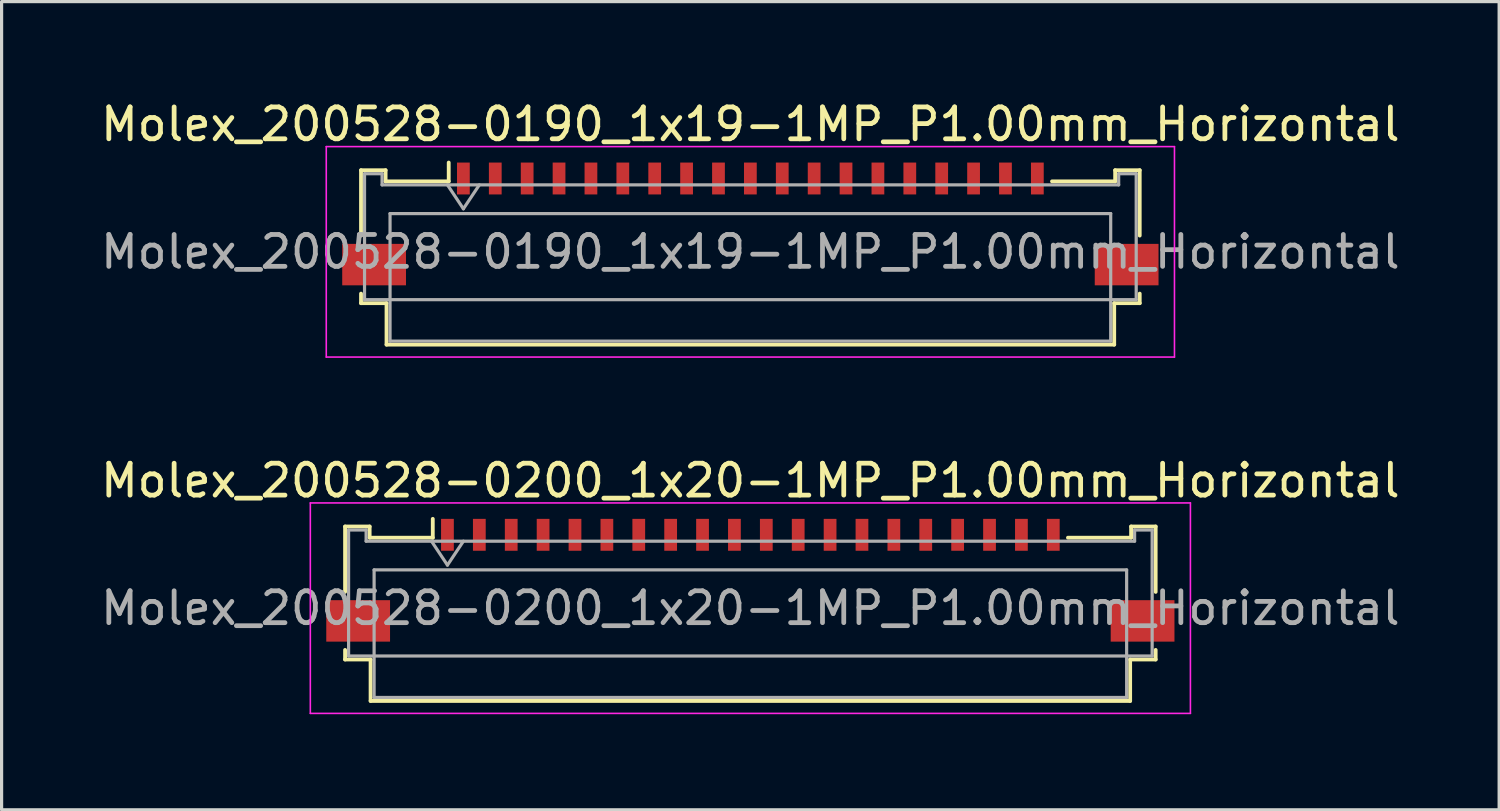
<source format=kicad_pcb>
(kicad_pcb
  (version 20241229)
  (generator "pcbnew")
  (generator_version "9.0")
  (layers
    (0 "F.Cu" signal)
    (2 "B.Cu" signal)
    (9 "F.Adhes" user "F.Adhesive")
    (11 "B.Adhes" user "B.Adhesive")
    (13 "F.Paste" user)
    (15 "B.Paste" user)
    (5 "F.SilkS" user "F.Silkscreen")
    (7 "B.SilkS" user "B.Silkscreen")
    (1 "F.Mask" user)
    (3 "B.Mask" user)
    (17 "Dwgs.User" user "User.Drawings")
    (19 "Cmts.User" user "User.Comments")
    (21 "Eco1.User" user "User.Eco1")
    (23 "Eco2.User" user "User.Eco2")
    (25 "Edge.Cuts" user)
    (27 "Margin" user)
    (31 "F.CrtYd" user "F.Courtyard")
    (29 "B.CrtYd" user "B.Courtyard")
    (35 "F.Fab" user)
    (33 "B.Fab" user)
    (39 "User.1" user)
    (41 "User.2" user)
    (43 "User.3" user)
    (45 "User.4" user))
  (footprint "Molex_200528-0200_1x20-1MP_P1.00mm_Horizontal"
    (layer "F.Cu")
    (at 20.482 14.632)
    (property "Reference" "Molex_200528-0200_1x20-1MP_P1.00mm_Horizontal" (at 0 -2.61 0) (layer "F.SilkS") (effects (font (size 1 1) (thickness 0.15))))
    (attr smd)
    (fp_line (start -12.71 -1.17) (end -12.71 0.88) (stroke (width 0.12) (type solid)) (layer "F.SilkS"))
    (fp_line (start -12.71 2.7) (end -12.71 3) (stroke (width 0.12) (type solid)) (layer "F.SilkS"))
    (fp_line (start -12.71 3) (end -11.91 3) (stroke (width 0.12) (type solid)) (layer "F.SilkS"))
    (fp_line (start -11.94 -1.17) (end -12.71 -1.17) (stroke (width 0.12) (type solid)) (layer "F.SilkS"))
    (fp_line (start -11.94 -0.82) (end -11.94 -1.17) (stroke (width 0.12) (type solid)) (layer "F.SilkS"))
    (fp_line (start -11.91 3) (end -11.91 4.3) (stroke (width 0.12) (type solid)) (layer "F.SilkS"))
    (fp_line (start -11.91 4.3) (end 11.91 4.3) (stroke (width 0.12) (type solid)) (layer "F.SilkS"))
    (fp_line (start -9.96 -1.41) (end -9.96 -0.82) (stroke (width 0.12) (type solid)) (layer "F.SilkS"))
    (fp_line (start -9.96 -0.82) (end -11.94 -0.82) (stroke (width 0.12) (type solid)) (layer "F.SilkS"))
    (fp_line (start 11.91 3) (end 12.71 3) (stroke (width 0.12) (type solid)) (layer "F.SilkS"))
    (fp_line (start 11.91 4.3) (end 11.91 3) (stroke (width 0.12) (type solid)) (layer "F.SilkS"))
    (fp_line (start 11.94 -1.17) (end 11.94 -0.82) (stroke (width 0.12) (type solid)) (layer "F.SilkS"))
    (fp_line (start 11.94 -0.82) (end 9.96 -0.82) (stroke (width 0.12) (type solid)) (layer "F.SilkS"))
    (fp_line (start 12.71 -1.17) (end 11.94 -1.17) (stroke (width 0.12) (type solid)) (layer "F.SilkS"))
    (fp_line (start 12.71 0.88) (end 12.71 -1.17) (stroke (width 0.12) (type solid)) (layer "F.SilkS"))
    (fp_line (start 12.71 3) (end 12.71 2.7) (stroke (width 0.12) (type solid)) (layer "F.SilkS"))
    (fp_line (start -13.8 -1.91) (end -13.8 4.69) (stroke (width 0.05) (type solid)) (layer "F.CrtYd"))
    (fp_line (start -13.8 4.69) (end 13.8 4.69) (stroke (width 0.05) (type solid)) (layer "F.CrtYd"))
    (fp_line (start 13.8 -1.91) (end -13.8 -1.91) (stroke (width 0.05) (type solid)) (layer "F.CrtYd"))
    (fp_line (start 13.8 4.69) (end 13.8 -1.91) (stroke (width 0.05) (type solid)) (layer "F.CrtYd"))
    (fp_line (start -12.6 -1.06) (end -12.6 2.89) (stroke (width 0.1) (type solid)) (layer "F.Fab"))
    (fp_line (start -12.6 2.89) (end 12.6 2.89) (stroke (width 0.1) (type solid)) (layer "F.Fab"))
    (fp_line (start -12.05 -1.06) (end -12.6 -1.06) (stroke (width 0.1) (type solid)) (layer "F.Fab"))
    (fp_line (start -12.05 -0.71) (end -12.05 -1.06) (stroke (width 0.1) (type solid)) (layer "F.Fab"))
    (fp_line (start -11.8 0.19) (end -11.8 4.19) (stroke (width 0.1) (type solid)) (layer "F.Fab"))
    (fp_line (start -11.8 4.19) (end 11.8 4.19) (stroke (width 0.1) (type solid)) (layer "F.Fab"))
    (fp_line (start -10 -0.71) (end -9.5 0.04) (stroke (width 0.1) (type solid)) (layer "F.Fab"))
    (fp_line (start -9.5 0.04) (end -9 -0.71) (stroke (width 0.1) (type solid)) (layer "F.Fab"))
    (fp_line (start 11.8 0.19) (end -11.8 0.19) (stroke (width 0.1) (type solid)) (layer "F.Fab"))
    (fp_line (start 11.8 4.19) (end 11.8 0.19) (stroke (width 0.1) (type solid)) (layer "F.Fab"))
    (fp_line (start 12.05 -1.06) (end 12.05 -0.71) (stroke (width 0.1) (type solid)) (layer "F.Fab"))
    (fp_line (start 12.05 -0.71) (end -12.05 -0.71) (stroke (width 0.1) (type solid)) (layer "F.Fab"))
    (fp_line (start 12.6 -1.06) (end 12.05 -1.06) (stroke (width 0.1) (type solid)) (layer "F.Fab"))
    (fp_line (start 12.6 2.89) (end 12.6 -1.06) (stroke (width 0.1) (type solid)) (layer "F.Fab"))
    (fp_text user "${REFERENCE}" (at 0 1.39 0) (layer "F.Fab") (effects (font (size 1 1) (thickness 0.15))))
    (pad "1" smd rect (at -9.5 -0.91) (size 0.4 1) (layers "F.Cu" "F.Mask" "F.Paste"))
    (pad "2" smd rect (at -8.5 -0.91) (size 0.4 1) (layers "F.Cu" "F.Mask" "F.Paste"))
    (pad "3" smd rect (at -7.5 -0.91) (size 0.4 1) (layers "F.Cu" "F.Mask" "F.Paste"))
    (pad "4" smd rect (at -6.5 -0.91) (size 0.4 1) (layers "F.Cu" "F.Mask" "F.Paste"))
    (pad "5" smd rect (at -5.5 -0.91) (size 0.4 1) (layers "F.Cu" "F.Mask" "F.Paste"))
    (pad "6" smd rect (at -4.5 -0.91) (size 0.4 1) (layers "F.Cu" "F.Mask" "F.Paste"))
    (pad "7" smd rect (at -3.5 -0.91) (size 0.4 1) (layers "F.Cu" "F.Mask" "F.Paste"))
    (pad "8" smd rect (at -2.5 -0.91) (size 0.4 1) (layers "F.Cu" "F.Mask" "F.Paste"))
    (pad "9" smd rect (at -1.5 -0.91) (size 0.4 1) (layers "F.Cu" "F.Mask" "F.Paste"))
    (pad "10" smd rect (at -0.5 -0.91) (size 0.4 1) (layers "F.Cu" "F.Mask" "F.Paste"))
    (pad "11" smd rect (at 0.5 -0.91) (size 0.4 1) (layers "F.Cu" "F.Mask" "F.Paste"))
    (pad "12" smd rect (at 1.5 -0.91) (size 0.4 1) (layers "F.Cu" "F.Mask" "F.Paste"))
    (pad "13" smd rect (at 2.5 -0.91) (size 0.4 1) (layers "F.Cu" "F.Mask" "F.Paste"))
    (pad "14" smd rect (at 3.5 -0.91) (size 0.4 1) (layers "F.Cu" "F.Mask" "F.Paste"))
    (pad "15" smd rect (at 4.5 -0.91) (size 0.4 1) (layers "F.Cu" "F.Mask" "F.Paste"))
    (pad "16" smd rect (at 5.5 -0.91) (size 0.4 1) (layers "F.Cu" "F.Mask" "F.Paste"))
    (pad "17" smd rect (at 6.5 -0.91) (size 0.4 1) (layers "F.Cu" "F.Mask" "F.Paste"))
    (pad "18" smd rect (at 7.5 -0.91) (size 0.4 1) (layers "F.Cu" "F.Mask" "F.Paste"))
    (pad "19" smd rect (at 8.5 -0.91) (size 0.4 1) (layers "F.Cu" "F.Mask" "F.Paste"))
    (pad "20" smd rect (at 9.5 -0.91) (size 0.4 1) (layers "F.Cu" "F.Mask" "F.Paste"))
    (pad "MP" smd rect (at -12.3 1.79) (size 2 1.3) (layers "F.Cu" "F.Mask" "F.Paste"))
    (pad "MP" smd rect (at 12.3 1.79) (size 2 1.3) (layers "F.Cu" "F.Mask" "F.Paste")))
  (footprint "Molex_200528-0190_1x19-1MP_P1.00mm_Horizontal"
    (layer "F.Cu")
    (at 20.482 3.458)
    (property "Reference" "Molex_200528-0190_1x19-1MP_P1.00mm_Horizontal" (at 0 -2.61 0) (layer "F.SilkS") (effects (font (size 1 1) (thickness 0.15))))
    (attr smd)
    (fp_line (start -12.21 -1.17) (end -12.21 0.88) (stroke (width 0.12) (type solid)) (layer "F.SilkS"))
    (fp_line (start -12.21 2.7) (end -12.21 3) (stroke (width 0.12) (type solid)) (layer "F.SilkS"))
    (fp_line (start -12.21 3) (end -11.41 3) (stroke (width 0.12) (type solid)) (layer "F.SilkS"))
    (fp_line (start -11.44 -1.17) (end -12.21 -1.17) (stroke (width 0.12) (type solid)) (layer "F.SilkS"))
    (fp_line (start -11.44 -0.82) (end -11.44 -1.17) (stroke (width 0.12) (type solid)) (layer "F.SilkS"))
    (fp_line (start -11.41 3) (end -11.41 4.3) (stroke (width 0.12) (type solid)) (layer "F.SilkS"))
    (fp_line (start -11.41 4.3) (end 11.41 4.3) (stroke (width 0.12) (type solid)) (layer "F.SilkS"))
    (fp_line (start -9.46 -1.41) (end -9.46 -0.82) (stroke (width 0.12) (type solid)) (layer "F.SilkS"))
    (fp_line (start -9.46 -0.82) (end -11.44 -0.82) (stroke (width 0.12) (type solid)) (layer "F.SilkS"))
    (fp_line (start 11.41 3) (end 12.21 3) (stroke (width 0.12) (type solid)) (layer "F.SilkS"))
    (fp_line (start 11.41 4.3) (end 11.41 3) (stroke (width 0.12) (type solid)) (layer "F.SilkS"))
    (fp_line (start 11.44 -1.17) (end 11.44 -0.82) (stroke (width 0.12) (type solid)) (layer "F.SilkS"))
    (fp_line (start 11.44 -0.82) (end 9.46 -0.82) (stroke (width 0.12) (type solid)) (layer "F.SilkS"))
    (fp_line (start 12.21 -1.17) (end 11.44 -1.17) (stroke (width 0.12) (type solid)) (layer "F.SilkS"))
    (fp_line (start 12.21 0.88) (end 12.21 -1.17) (stroke (width 0.12) (type solid)) (layer "F.SilkS"))
    (fp_line (start 12.21 3) (end 12.21 2.7) (stroke (width 0.12) (type solid)) (layer "F.SilkS"))
    (fp_line (start -13.3 -1.91) (end -13.3 4.69) (stroke (width 0.05) (type solid)) (layer "F.CrtYd"))
    (fp_line (start -13.3 4.69) (end 13.3 4.69) (stroke (width 0.05) (type solid)) (layer "F.CrtYd"))
    (fp_line (start 13.3 -1.91) (end -13.3 -1.91) (stroke (width 0.05) (type solid)) (layer "F.CrtYd"))
    (fp_line (start 13.3 4.69) (end 13.3 -1.91) (stroke (width 0.05) (type solid)) (layer "F.CrtYd"))
    (fp_line (start -12.1 -1.06) (end -12.1 2.89) (stroke (width 0.1) (type solid)) (layer "F.Fab"))
    (fp_line (start -12.1 2.89) (end 12.1 2.89) (stroke (width 0.1) (type solid)) (layer "F.Fab"))
    (fp_line (start -11.55 -1.06) (end -12.1 -1.06) (stroke (width 0.1) (type solid)) (layer "F.Fab"))
    (fp_line (start -11.55 -0.71) (end -11.55 -1.06) (stroke (width 0.1) (type solid)) (layer "F.Fab"))
    (fp_line (start -11.3 0.19) (end -11.3 4.19) (stroke (width 0.1) (type solid)) (layer "F.Fab"))
    (fp_line (start -11.3 4.19) (end 11.3 4.19) (stroke (width 0.1) (type solid)) (layer "F.Fab"))
    (fp_line (start -9.5 -0.71) (end -9 0.04) (stroke (width 0.1) (type solid)) (layer "F.Fab"))
    (fp_line (start -9 0.04) (end -8.5 -0.71) (stroke (width 0.1) (type solid)) (layer "F.Fab"))
    (fp_line (start 11.3 0.19) (end -11.3 0.19) (stroke (width 0.1) (type solid)) (layer "F.Fab"))
    (fp_line (start 11.3 4.19) (end 11.3 0.19) (stroke (width 0.1) (type solid)) (layer "F.Fab"))
    (fp_line (start 11.55 -1.06) (end 11.55 -0.71) (stroke (width 0.1) (type solid)) (layer "F.Fab"))
    (fp_line (start 11.55 -0.71) (end -11.55 -0.71) (stroke (width 0.1) (type solid)) (layer "F.Fab"))
    (fp_line (start 12.1 -1.06) (end 11.55 -1.06) (stroke (width 0.1) (type solid)) (layer "F.Fab"))
    (fp_line (start 12.1 2.89) (end 12.1 -1.06) (stroke (width 0.1) (type solid)) (layer "F.Fab"))
    (fp_text user "${REFERENCE}" (at 0 1.39 0) (layer "F.Fab") (effects (font (size 1 1) (thickness 0.15))))
    (pad "1" smd rect (at -9 -0.91) (size 0.4 1) (layers "F.Cu" "F.Mask" "F.Paste"))
    (pad "2" smd rect (at -8 -0.91) (size 0.4 1) (layers "F.Cu" "F.Mask" "F.Paste"))
    (pad "3" smd rect (at -7 -0.91) (size 0.4 1) (layers "F.Cu" "F.Mask" "F.Paste"))
    (pad "4" smd rect (at -6 -0.91) (size 0.4 1) (layers "F.Cu" "F.Mask" "F.Paste"))
    (pad "5" smd rect (at -5 -0.91) (size 0.4 1) (layers "F.Cu" "F.Mask" "F.Paste"))
    (pad "6" smd rect (at -4 -0.91) (size 0.4 1) (layers "F.Cu" "F.Mask" "F.Paste"))
    (pad "7" smd rect (at -3 -0.91) (size 0.4 1) (layers "F.Cu" "F.Mask" "F.Paste"))
    (pad "8" smd rect (at -2 -0.91) (size 0.4 1) (layers "F.Cu" "F.Mask" "F.Paste"))
    (pad "9" smd rect (at -1 -0.91) (size 0.4 1) (layers "F.Cu" "F.Mask" "F.Paste"))
    (pad "10" smd rect (at 0 -0.91) (size 0.4 1) (layers "F.Cu" "F.Mask" "F.Paste"))
    (pad "11" smd rect (at 1 -0.91) (size 0.4 1) (layers "F.Cu" "F.Mask" "F.Paste"))
    (pad "12" smd rect (at 2 -0.91) (size 0.4 1) (layers "F.Cu" "F.Mask" "F.Paste"))
    (pad "13" smd rect (at 3 -0.91) (size 0.4 1) (layers "F.Cu" "F.Mask" "F.Paste"))
    (pad "14" smd rect (at 4 -0.91) (size 0.4 1) (layers "F.Cu" "F.Mask" "F.Paste"))
    (pad "15" smd rect (at 5 -0.91) (size 0.4 1) (layers "F.Cu" "F.Mask" "F.Paste"))
    (pad "16" smd rect (at 6 -0.91) (size 0.4 1) (layers "F.Cu" "F.Mask" "F.Paste"))
    (pad "17" smd rect (at 7 -0.91) (size 0.4 1) (layers "F.Cu" "F.Mask" "F.Paste"))
    (pad "18" smd rect (at 8 -0.91) (size 0.4 1) (layers "F.Cu" "F.Mask" "F.Paste"))
    (pad "19" smd rect (at 9 -0.91) (size 0.4 1) (layers "F.Cu" "F.Mask" "F.Paste"))
    (pad "MP" smd rect (at -11.8 1.79) (size 2 1.3) (layers "F.Cu" "F.Mask" "F.Paste"))
    (pad "MP" smd rect (at 11.8 1.79) (size 2 1.3) (layers "F.Cu" "F.Mask" "F.Paste")))
  (gr_rect
    (start -3 -3)
    (end 43.964 22.346)
    (stroke (width 0.1) (type default))
    (fill no)
    (layer "Edge.Cuts")))
</source>
